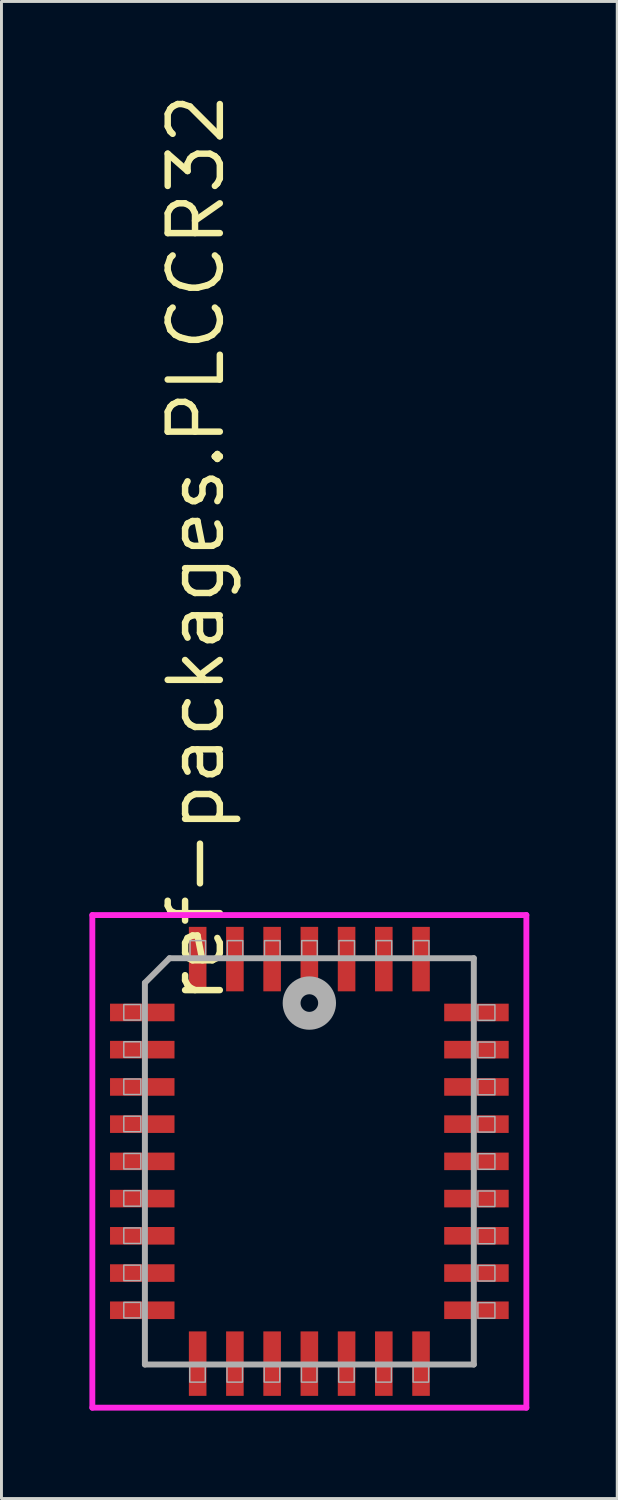
<source format=kicad_pcb>
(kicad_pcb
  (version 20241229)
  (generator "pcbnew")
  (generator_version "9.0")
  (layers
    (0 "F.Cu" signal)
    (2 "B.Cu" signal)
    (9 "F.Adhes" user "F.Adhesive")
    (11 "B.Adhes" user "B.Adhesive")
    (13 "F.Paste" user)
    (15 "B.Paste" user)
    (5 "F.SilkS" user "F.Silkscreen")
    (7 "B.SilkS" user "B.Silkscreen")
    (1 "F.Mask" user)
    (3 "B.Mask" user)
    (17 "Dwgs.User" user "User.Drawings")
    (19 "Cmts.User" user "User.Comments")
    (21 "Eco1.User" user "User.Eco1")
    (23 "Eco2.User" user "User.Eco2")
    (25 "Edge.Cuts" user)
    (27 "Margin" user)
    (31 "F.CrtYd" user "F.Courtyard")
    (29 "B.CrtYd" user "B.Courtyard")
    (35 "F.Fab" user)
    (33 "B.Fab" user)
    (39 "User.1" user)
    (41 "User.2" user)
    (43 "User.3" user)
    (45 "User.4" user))
  (footprint "ref-packages.PLCCR32"
    (layer "F.Cu")
    (at 7.503 36.568)
    (property "Reference" "ref-packages.PLCCR32" (at -2.825 -5.275 270) (layer "F.SilkS") (effects (font (size 1.778 1.778) (thickness 0.22)) (justify left bottom)))
    (attr smd)
    (fp_line (start -7.403 -8.403) (end 7.403 -8.403) (stroke (width 0.2) (type default)) (layer "F.CrtYd"))
    (fp_line (start -7.403 8.403) (end -7.403 -8.403) (stroke (width 0.2) (type default)) (layer "F.CrtYd"))
    (fp_line (start 7.403 -8.403) (end 7.403 8.403) (stroke (width 0.2) (type default)) (layer "F.CrtYd"))
    (fp_line (start 7.403 8.403) (end -7.403 8.403) (stroke (width 0.2) (type default)) (layer "F.CrtYd"))
    (fp_line (start -5.61 -6.09) (end -5.61 6.93) (stroke (width 0.203) (type default)) (layer "F.Fab"))
    (fp_line (start -5.61 6.93) (end 5.61 6.93) (stroke (width 0.203) (type default)) (layer "F.Fab"))
    (fp_line (start -4.77 -6.93) (end -5.61 -6.09) (stroke (width 0.203) (type default)) (layer "F.Fab"))
    (fp_line (start 5.61 -6.93) (end -4.77 -6.93) (stroke (width 0.203) (type default)) (layer "F.Fab"))
    (fp_line (start 5.61 6.93) (end 5.61 -6.93) (stroke (width 0.203) (type default)) (layer "F.Fab"))
    (fp_rect (start -6.33 -4.82) (end -5.75 -5.35) (stroke (width 0.05) (type default)) (fill no) (layer "F.Fab"))
    (fp_rect (start -6.33 -3.55) (end -5.75 -4.08) (stroke (width 0.05) (type default)) (fill no) (layer "F.Fab"))
    (fp_rect (start -6.33 -2.28) (end -5.75 -2.81) (stroke (width 0.05) (type default)) (fill no) (layer "F.Fab"))
    (fp_rect (start -6.33 -1.01) (end -5.75 -1.54) (stroke (width 0.05) (type default)) (fill no) (layer "F.Fab"))
    (fp_rect (start -6.33 0.26) (end -5.75 -0.27) (stroke (width 0.05) (type default)) (fill no) (layer "F.Fab"))
    (fp_rect (start -6.33 1.53) (end -5.75 1) (stroke (width 0.05) (type default)) (fill no) (layer "F.Fab"))
    (fp_rect (start -6.33 2.8) (end -5.75 2.27) (stroke (width 0.05) (type default)) (fill no) (layer "F.Fab"))
    (fp_rect (start -6.33 4.07) (end -5.75 3.54) (stroke (width 0.05) (type default)) (fill no) (layer "F.Fab"))
    (fp_rect (start -6.33 5.34) (end -5.75 4.81) (stroke (width 0.05) (type default)) (fill no) (layer "F.Fab"))
    (fp_rect (start -4.08 7.53) (end -3.55 6.95) (stroke (width 0.05) (type default)) (fill no) (layer "F.Fab"))
    (fp_rect (start -4.07 -6.95) (end -3.54 -7.53) (stroke (width 0.05) (type default)) (fill no) (layer "F.Fab"))
    (fp_rect (start -2.81 7.53) (end -2.28 6.95) (stroke (width 0.05) (type default)) (fill no) (layer "F.Fab"))
    (fp_rect (start -2.8 -6.95) (end -2.27 -7.53) (stroke (width 0.05) (type default)) (fill no) (layer "F.Fab"))
    (fp_rect (start -1.54 7.53) (end -1.01 6.95) (stroke (width 0.05) (type default)) (fill no) (layer "F.Fab"))
    (fp_rect (start -1.53 -6.95) (end -1 -7.53) (stroke (width 0.05) (type default)) (fill no) (layer "F.Fab"))
    (fp_rect (start -0.27 7.53) (end 0.26 6.95) (stroke (width 0.05) (type default)) (fill no) (layer "F.Fab"))
    (fp_rect (start -0.26 -6.95) (end 0.27 -7.53) (stroke (width 0.05) (type default)) (fill no) (layer "F.Fab"))
    (fp_rect (start 1 7.53) (end 1.53 6.95) (stroke (width 0.05) (type default)) (fill no) (layer "F.Fab"))
    (fp_rect (start 1.01 -6.95) (end 1.54 -7.53) (stroke (width 0.05) (type default)) (fill no) (layer "F.Fab"))
    (fp_rect (start 2.27 7.53) (end 2.8 6.95) (stroke (width 0.05) (type default)) (fill no) (layer "F.Fab"))
    (fp_rect (start 2.28 -6.95) (end 2.81 -7.53) (stroke (width 0.05) (type default)) (fill no) (layer "F.Fab"))
    (fp_rect (start 3.54 7.53) (end 4.07 6.95) (stroke (width 0.05) (type default)) (fill no) (layer "F.Fab"))
    (fp_rect (start 3.55 -6.95) (end 4.08 -7.53) (stroke (width 0.05) (type default)) (fill no) (layer "F.Fab"))
    (fp_rect (start 5.75 -4.81) (end 6.33 -5.34) (stroke (width 0.05) (type default)) (fill no) (layer "F.Fab"))
    (fp_rect (start 5.75 -3.54) (end 6.33 -4.07) (stroke (width 0.05) (type default)) (fill no) (layer "F.Fab"))
    (fp_rect (start 5.75 -2.27) (end 6.33 -2.8) (stroke (width 0.05) (type default)) (fill no) (layer "F.Fab"))
    (fp_rect (start 5.75 -1) (end 6.33 -1.53) (stroke (width 0.05) (type default)) (fill no) (layer "F.Fab"))
    (fp_rect (start 5.75 0.27) (end 6.33 -0.26) (stroke (width 0.05) (type default)) (fill no) (layer "F.Fab"))
    (fp_rect (start 5.75 1.54) (end 6.33 1.01) (stroke (width 0.05) (type default)) (fill no) (layer "F.Fab"))
    (fp_rect (start 5.75 2.81) (end 6.33 2.28) (stroke (width 0.05) (type default)) (fill no) (layer "F.Fab"))
    (fp_rect (start 5.75 4.08) (end 6.33 3.55) (stroke (width 0.05) (type default)) (fill no) (layer "F.Fab"))
    (fp_rect (start 5.75 5.35) (end 6.33 4.82) (stroke (width 0.05) (type default)) (fill no) (layer "F.Fab"))
    (fp_circle (center 0 -5.4) (end 0.3 -5.4) (stroke (width 0.61) (type default)) (fill no) (layer "F.Fab"))
    (pad "1" smd roundrect (at 0 -6.9) (size 0.6 2.2) (layers "F.Cu" "F.Mask" "F.Paste") (roundrect_rratio 0.01))
    (pad "2" smd roundrect (at -1.27 -6.9) (size 0.6 2.2) (layers "F.Cu" "F.Mask" "F.Paste") (roundrect_rratio 0.01))
    (pad "3" smd roundrect (at -2.54 -6.9) (size 0.6 2.2) (layers "F.Cu" "F.Mask" "F.Paste") (roundrect_rratio 0.01))
    (pad "4" smd roundrect (at -3.81 -6.9) (size 0.6 2.2) (layers "F.Cu" "F.Mask" "F.Paste") (roundrect_rratio 0.01))
    (pad "5" smd roundrect (at -5.7 -5.08) (size 2.2 0.6) (layers "F.Cu" "F.Mask" "F.Paste") (roundrect_rratio 0.01))
    (pad "6" smd roundrect (at -5.7 -3.81) (size 2.2 0.6) (layers "F.Cu" "F.Mask" "F.Paste") (roundrect_rratio 0.01))
    (pad "7" smd roundrect (at -5.7 -2.54) (size 2.2 0.6) (layers "F.Cu" "F.Mask" "F.Paste") (roundrect_rratio 0.01))
    (pad "8" smd roundrect (at -5.7 -1.27) (size 2.2 0.6) (layers "F.Cu" "F.Mask" "F.Paste") (roundrect_rratio 0.01))
    (pad "9" smd roundrect (at -5.7 0) (size 2.2 0.6) (layers "F.Cu" "F.Mask" "F.Paste") (roundrect_rratio 0.01))
    (pad "10" smd roundrect (at -5.7 1.27) (size 2.2 0.6) (layers "F.Cu" "F.Mask" "F.Paste") (roundrect_rratio 0.01))
    (pad "11" smd roundrect (at -5.7 2.54) (size 2.2 0.6) (layers "F.Cu" "F.Mask" "F.Paste") (roundrect_rratio 0.01))
    (pad "12" smd roundrect (at -5.7 3.81) (size 2.2 0.6) (layers "F.Cu" "F.Mask" "F.Paste") (roundrect_rratio 0.01))
    (pad "13" smd roundrect (at -5.7 5.08) (size 2.2 0.6) (layers "F.Cu" "F.Mask" "F.Paste") (roundrect_rratio 0.01))
    (pad "14" smd roundrect (at -3.81 6.9) (size 0.6 2.2) (layers "F.Cu" "F.Mask" "F.Paste") (roundrect_rratio 0.01))
    (pad "15" smd roundrect (at -2.54 6.9) (size 0.6 2.2) (layers "F.Cu" "F.Mask" "F.Paste") (roundrect_rratio 0.01))
    (pad "16" smd roundrect (at -1.27 6.9) (size 0.6 2.2) (layers "F.Cu" "F.Mask" "F.Paste") (roundrect_rratio 0.01))
    (pad "17" smd roundrect (at 0 6.9) (size 0.6 2.2) (layers "F.Cu" "F.Mask" "F.Paste") (roundrect_rratio 0.01))
    (pad "18" smd roundrect (at 1.27 6.9) (size 0.6 2.2) (layers "F.Cu" "F.Mask" "F.Paste") (roundrect_rratio 0.01))
    (pad "19" smd roundrect (at 2.54 6.9) (size 0.6 2.2) (layers "F.Cu" "F.Mask" "F.Paste") (roundrect_rratio 0.01))
    (pad "20" smd roundrect (at 3.81 6.9) (size 0.6 2.2) (layers "F.Cu" "F.Mask" "F.Paste") (roundrect_rratio 0.01))
    (pad "21" smd roundrect (at 5.7 5.08) (size 2.2 0.6) (layers "F.Cu" "F.Mask" "F.Paste") (roundrect_rratio 0.01))
    (pad "22" smd roundrect (at 5.7 3.81) (size 2.2 0.6) (layers "F.Cu" "F.Mask" "F.Paste") (roundrect_rratio 0.01))
    (pad "23" smd roundrect (at 5.7 2.54) (size 2.2 0.6) (layers "F.Cu" "F.Mask" "F.Paste") (roundrect_rratio 0.01))
    (pad "24" smd roundrect (at 5.7 1.27) (size 2.2 0.6) (layers "F.Cu" "F.Mask" "F.Paste") (roundrect_rratio 0.01))
    (pad "25" smd roundrect (at 5.7 0) (size 2.2 0.6) (layers "F.Cu" "F.Mask" "F.Paste") (roundrect_rratio 0.01))
    (pad "26" smd roundrect (at 5.7 -1.27) (size 2.2 0.6) (layers "F.Cu" "F.Mask" "F.Paste") (roundrect_rratio 0.01))
    (pad "27" smd roundrect (at 5.7 -2.54) (size 2.2 0.6) (layers "F.Cu" "F.Mask" "F.Paste") (roundrect_rratio 0.01))
    (pad "28" smd roundrect (at 5.7 -3.81) (size 2.2 0.6) (layers "F.Cu" "F.Mask" "F.Paste") (roundrect_rratio 0.01))
    (pad "29" smd roundrect (at 5.7 -5.08) (size 2.2 0.6) (layers "F.Cu" "F.Mask" "F.Paste") (roundrect_rratio 0.01))
    (pad "30" smd roundrect (at 3.81 -6.9) (size 0.6 2.2) (layers "F.Cu" "F.Mask" "F.Paste") (roundrect_rratio 0.01))
    (pad "31" smd roundrect (at 2.54 -6.9) (size 0.6 2.2) (layers "F.Cu" "F.Mask" "F.Paste") (roundrect_rratio 0.01))
    (pad "32" smd roundrect (at 1.27 -6.9) (size 0.6 2.2) (layers "F.Cu" "F.Mask" "F.Paste") (roundrect_rratio 0.01)))
  (gr_rect
    (start -3 -3)
    (end 18.006 48.07)
    (stroke (width 0.1) (type default))
    (fill no)
    (layer "Edge.Cuts")))
</source>
